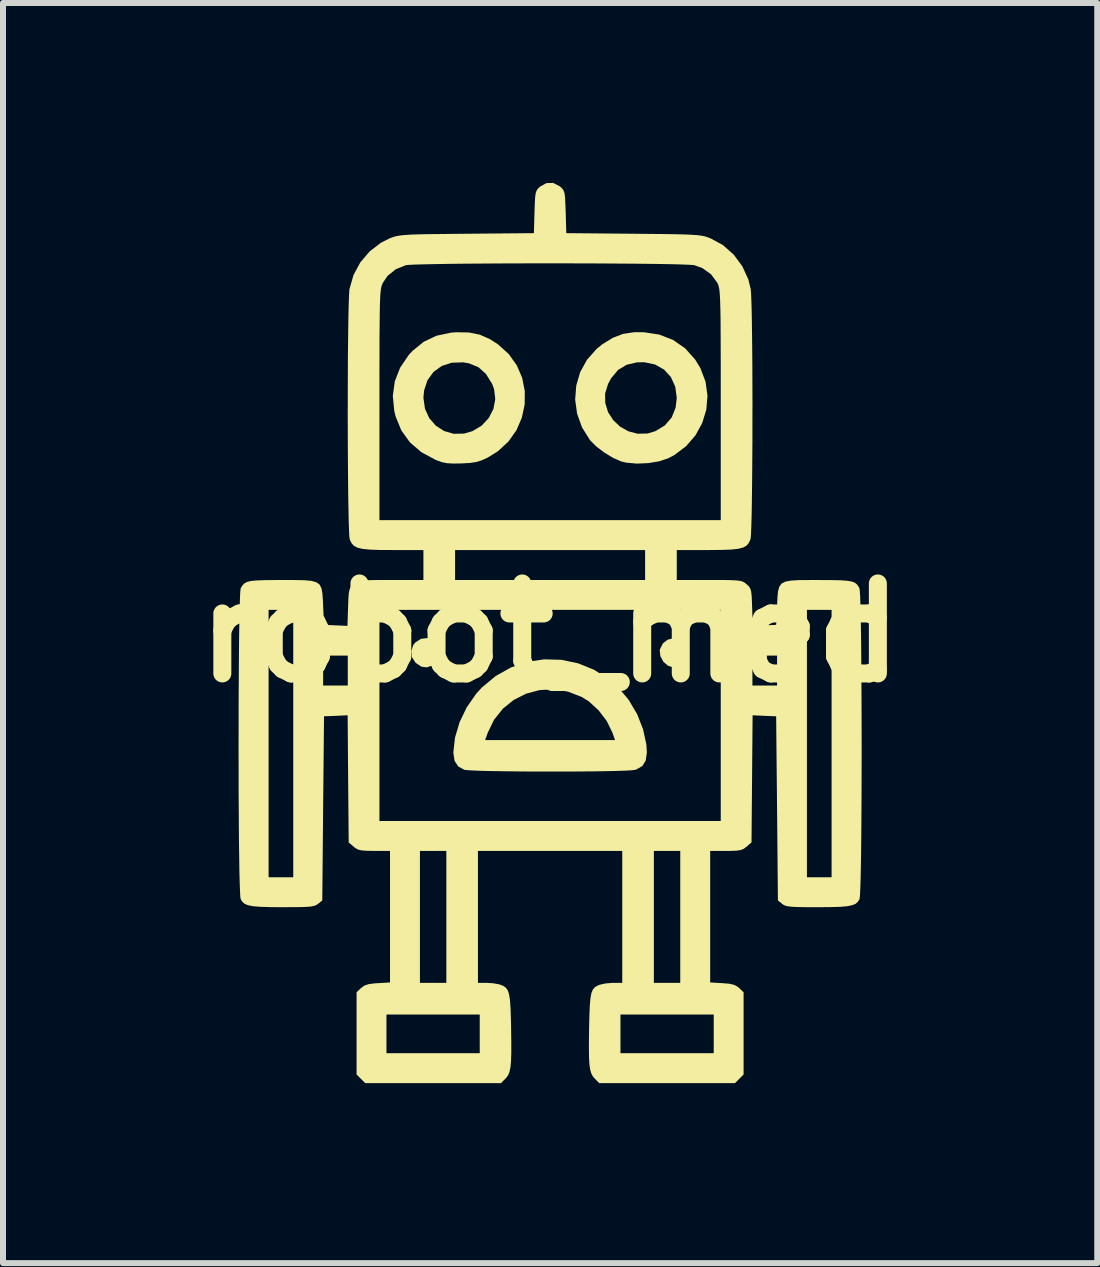
<source format=kicad_pcb>
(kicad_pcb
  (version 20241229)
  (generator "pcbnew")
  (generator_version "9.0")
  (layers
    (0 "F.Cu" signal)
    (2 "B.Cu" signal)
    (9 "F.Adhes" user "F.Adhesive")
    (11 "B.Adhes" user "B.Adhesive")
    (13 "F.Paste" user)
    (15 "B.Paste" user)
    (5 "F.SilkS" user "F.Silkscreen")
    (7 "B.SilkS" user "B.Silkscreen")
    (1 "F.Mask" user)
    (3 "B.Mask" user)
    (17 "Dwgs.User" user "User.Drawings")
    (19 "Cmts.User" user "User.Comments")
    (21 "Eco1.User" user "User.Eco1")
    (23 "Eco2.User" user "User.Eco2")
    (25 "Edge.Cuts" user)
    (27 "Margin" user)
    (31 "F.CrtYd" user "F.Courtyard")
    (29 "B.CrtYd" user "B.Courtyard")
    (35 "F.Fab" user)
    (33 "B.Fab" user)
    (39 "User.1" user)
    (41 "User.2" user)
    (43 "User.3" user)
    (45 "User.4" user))
  (footprint "robot_med"
    (layer "F.Cu")
    (at 6.121 7.499)
    (property "Reference" "robot_med" (at 0 0 0) (layer "F.SilkS") (effects (font (size 1.5 1.5) (thickness 0.3))))
    (attr board_only exclude_from_pos_files exclude_from_bom)
    (fp_poly (pts (xy -1.956 0.118) (xy -1.88 0.181) (xy -1.834 0.27) (xy -1.833 0.379) (xy -1.833 0.38) (xy -1.879 0.476) (xy -1.959 0.545) (xy -2.056 0.577) (xy -2.141 0.567) (xy -2.241 0.503) (xy -2.3 0.412) (xy -2.315 0.309) (xy -2.282 0.207) (xy -2.245 0.16) (xy -2.152 0.101) (xy -2.051 0.089)) (stroke (width 0) (type solid)) (fill yes) (layer "F.SilkS"))
    (fp_poly (pts (xy 2.147 0.103) (xy 2.232 0.147) (xy 2.293 0.223) (xy 2.317 0.33) (xy 2.317 0.331) (xy 2.291 0.435) (xy 2.225 0.515) (xy 2.132 0.564) (xy 2.028 0.57) (xy 1.965 0.549) (xy 1.888 0.483) (xy 1.838 0.388) (xy 1.828 0.291) (xy 1.831 0.277) (xy 1.88 0.178) (xy 1.957 0.117) (xy 2.051 0.092)) (stroke (width 0) (type solid)) (fill yes) (layer "F.SilkS"))
    (fp_poly (pts (xy 1.564 -5.01) (xy 1.821 -4.971) (xy 2.051 -4.881) (xy 2.251 -4.742) (xy 2.417 -4.557) (xy 2.506 -4.411) (xy 2.592 -4.184) (xy 2.624 -3.95) (xy 2.604 -3.718) (xy 2.536 -3.496) (xy 2.423 -3.29) (xy 2.267 -3.11) (xy 2.071 -2.962) (xy 1.966 -2.907) (xy 1.817 -2.858) (xy 1.637 -2.828) (xy 1.449 -2.82) (xy 1.275 -2.835) (xy 1.185 -2.856) (xy 1.051 -2.915) (xy 0.906 -3.003) (xy 0.771 -3.105) (xy 0.67 -3.206) (xy 0.665 -3.211) (xy 0.532 -3.424) (xy 0.45 -3.652) (xy 0.418 -3.886) (xy 0.426 -3.988) (xy 0.917 -3.988) (xy 0.92 -3.828) (xy 0.966 -3.679) (xy 1.051 -3.546) (xy 1.166 -3.437) (xy 1.304 -3.359) (xy 1.46 -3.318) (xy 1.625 -3.322) (xy 1.753 -3.36) (xy 1.911 -3.455) (xy 2.026 -3.587) (xy 2.093 -3.753) (xy 2.112 -3.916) (xy 2.086 -4.104) (xy 2.013 -4.264) (xy 1.899 -4.388) (xy 1.75 -4.472) (xy 1.572 -4.51) (xy 1.448 -4.508) (xy 1.274 -4.467) (xy 1.133 -4.381) (xy 1.019 -4.245) (xy 0.967 -4.15) (xy 0.917 -3.988) (xy 0.426 -3.988) (xy 0.436 -4.12) (xy 0.501 -4.344) (xy 0.614 -4.55) (xy 0.773 -4.73) (xy 0.871 -4.81) (xy 1.047 -4.918) (xy 1.218 -4.983) (xy 1.406 -5.011)) (stroke (width 0) (type solid)) (fill yes) (layer "F.SilkS"))
    (fp_poly (pts (xy 0.185 0.451) (xy 0.465 0.509) (xy 0.732 0.617) (xy 0.981 0.775) (xy 1.139 0.914) (xy 1.311 1.12) (xy 1.451 1.357) (xy 1.55 1.609) (xy 1.605 1.863) (xy 1.613 1.995) (xy 1.595 2.129) (xy 1.538 2.222) (xy 1.438 2.279) (xy 1.414 2.286) (xy 1.36 2.293) (xy 1.255 2.299) (xy 1.106 2.304) (xy 0.921 2.308) (xy 0.707 2.311) (xy 0.471 2.313) (xy 0.221 2.314) (xy -0.035 2.314) (xy -0.29 2.314) (xy -0.537 2.312) (xy -0.769 2.309) (xy -0.977 2.306) (xy -1.155 2.302) (xy -1.296 2.296) (xy -1.39 2.29) (xy -1.429 2.285) (xy -1.531 2.23) (xy -1.592 2.137) (xy -1.613 2.001) (xy -1.613 1.995) (xy -1.59 1.789) (xy -1.083 1.789) (xy 0 1.789) (xy 1.083 1.789) (xy 1.04 1.668) (xy 0.946 1.474) (xy 0.81 1.295) (xy 0.648 1.146) (xy 0.528 1.071) (xy 0.296 0.981) (xy 0.058 0.943) (xy -0.177 0.956) (xy -0.401 1.016) (xy -0.608 1.121) (xy -0.788 1.267) (xy -0.935 1.451) (xy -1.04 1.668) (xy -1.083 1.789) (xy -1.59 1.789) (xy -1.585 1.746) (xy -1.509 1.491) (xy -1.39 1.244) (xy -1.235 1.02) (xy -1.139 0.914) (xy -0.907 0.721) (xy -0.651 0.578) (xy -0.38 0.485) (xy -0.098 0.443)) (stroke (width 0) (type solid)) (fill yes) (layer "F.SilkS"))
    (fp_poly (pts (xy -1.352 -5.006) (xy -1.171 -4.969) (xy -1 -4.893) (xy -0.871 -4.81) (xy -0.689 -4.646) (xy -0.554 -4.456) (xy -0.465 -4.248) (xy -0.422 -4.028) (xy -0.424 -3.805) (xy -0.471 -3.585) (xy -0.561 -3.377) (xy -0.694 -3.188) (xy -0.87 -3.026) (xy -1.042 -2.919) (xy -1.139 -2.875) (xy -1.229 -2.847) (xy -1.334 -2.831) (xy -1.475 -2.823) (xy -1.479 -2.823) (xy -1.619 -2.821) (xy -1.722 -2.827) (xy -1.808 -2.845) (xy -1.898 -2.878) (xy -1.91 -2.883) (xy -2.146 -3.01) (xy -2.336 -3.173) (xy -2.479 -3.371) (xy -2.575 -3.604) (xy -2.598 -3.699) (xy -2.619 -3.916) (xy -2.112 -3.916) (xy -2.086 -3.734) (xy -2.014 -3.577) (xy -1.905 -3.452) (xy -1.767 -3.363) (xy -1.608 -3.317) (xy -1.436 -3.32) (xy -1.297 -3.36) (xy -1.141 -3.453) (xy -1.023 -3.58) (xy -0.945 -3.731) (xy -0.914 -3.895) (xy -0.934 -4.062) (xy -0.967 -4.15) (xy -1.069 -4.314) (xy -1.195 -4.427) (xy -1.35 -4.491) (xy -1.448 -4.508) (xy -1.64 -4.502) (xy -1.808 -4.447) (xy -1.945 -4.347) (xy -2.045 -4.209) (xy -2.101 -4.038) (xy -2.112 -3.916) (xy -2.619 -3.916) (xy -2.622 -3.95) (xy -2.589 -4.192) (xy -2.5 -4.42) (xy -2.356 -4.632) (xy -2.295 -4.698) (xy -2.11 -4.849) (xy -1.897 -4.951) (xy -1.653 -5.003) (xy -1.564 -5.01)) (stroke (width 0) (type solid)) (fill yes) (layer "F.SilkS"))
    (fp_poly (pts (xy 0.159 -7.444) (xy 0.167 -7.438) (xy 0.202 -7.406) (xy 0.225 -7.372) (xy 0.241 -7.325) (xy 0.25 -7.253) (xy 0.255 -7.144) (xy 0.26 -7.014) (xy 0.27 -6.662) (xy 1.389 -6.652) (xy 1.675 -6.649) (xy 1.909 -6.647) (xy 2.097 -6.644) (xy 2.246 -6.64) (xy 2.361 -6.635) (xy 2.449 -6.629) (xy 2.517 -6.621) (xy 2.57 -6.611) (xy 2.615 -6.598) (xy 2.659 -6.581) (xy 2.676 -6.575) (xy 2.883 -6.462) (xy 3.062 -6.303) (xy 3.205 -6.109) (xy 3.305 -5.891) (xy 3.344 -5.732) (xy 3.35 -5.666) (xy 3.355 -5.549) (xy 3.36 -5.387) (xy 3.364 -5.187) (xy 3.367 -4.954) (xy 3.37 -4.694) (xy 3.372 -4.413) (xy 3.373 -4.117) (xy 3.374 -3.812) (xy 3.373 -3.503) (xy 3.373 -3.198) (xy 3.371 -2.902) (xy 3.369 -2.62) (xy 3.366 -2.359) (xy 3.363 -2.124) (xy 3.359 -1.922) (xy 3.354 -1.758) (xy 3.349 -1.639) (xy 3.343 -1.57) (xy 3.34 -1.558) (xy 3.314 -1.499) (xy 3.277 -1.454) (xy 3.222 -1.422) (xy 3.139 -1.4) (xy 3.023 -1.387) (xy 2.865 -1.381) (xy 2.656 -1.379) (xy 2.627 -1.379) (xy 2.112 -1.379) (xy 2.112 -1.129) (xy 2.112 -0.88) (xy 2.653 -0.88) (xy 2.844 -0.88) (xy 2.985 -0.878) (xy 3.086 -0.874) (xy 3.155 -0.867) (xy 3.203 -0.856) (xy 3.237 -0.84) (xy 3.267 -0.817) (xy 3.276 -0.809) (xy 3.313 -0.775) (xy 3.337 -0.738) (xy 3.352 -0.687) (xy 3.361 -0.608) (xy 3.366 -0.488) (xy 3.368 -0.427) (xy 3.378 -0.115) (xy 3.574 -0.123) (xy 3.769 -0.132) (xy 3.784 -0.45) (xy 3.79 -0.587) (xy 3.8 -0.691) (xy 3.821 -0.767) (xy 3.86 -0.82) (xy 3.924 -0.853) (xy 4.02 -0.87) (xy 4.157 -0.878) (xy 4.34 -0.879) (xy 4.483 -0.879) (xy 4.687 -0.878) (xy 4.84 -0.875) (xy 4.951 -0.867) (xy 5.029 -0.854) (xy 5.082 -0.834) (xy 5.118 -0.804) (xy 5.146 -0.763) (xy 5.157 -0.743) (xy 5.163 -0.702) (xy 5.169 -0.608) (xy 5.174 -0.466) (xy 5.178 -0.281) (xy 5.182 -0.059) (xy 5.186 0.197) (xy 5.188 0.479) (xy 5.19 0.784) (xy 5.192 1.105) (xy 5.193 1.438) (xy 5.194 1.777) (xy 5.194 2.117) (xy 5.193 2.453) (xy 5.192 2.78) (xy 5.19 3.092) (xy 5.188 3.385) (xy 5.185 3.652) (xy 5.181 3.889) (xy 5.177 4.09) (xy 5.172 4.251) (xy 5.167 4.366) (xy 5.161 4.429) (xy 5.159 4.439) (xy 5.132 4.484) (xy 5.093 4.519) (xy 5.035 4.543) (xy 4.949 4.56) (xy 4.828 4.57) (xy 4.663 4.574) (xy 4.46 4.576) (xy 4.27 4.575) (xy 4.13 4.573) (xy 4.03 4.568) (xy 3.961 4.56) (xy 3.915 4.548) (xy 3.882 4.53) (xy 3.868 4.519) (xy 3.798 4.463) (xy 3.784 2.928) (xy 3.773 1.848) (xy 4.282 1.848) (xy 4.282 4.077) (xy 4.488 4.077) (xy 4.693 4.077) (xy 4.693 1.848) (xy 4.693 -0.381) (xy 4.488 -0.381) (xy 4.282 -0.381) (xy 4.282 1.848) (xy 3.773 1.848) (xy 3.769 1.393) (xy 3.572 1.385) (xy 3.376 1.376) (xy 3.367 2.436) (xy 3.358 3.495) (xy 3.276 3.566) (xy 3.23 3.601) (xy 3.18 3.622) (xy 3.11 3.633) (xy 3.004 3.637) (xy 2.931 3.637) (xy 2.669 3.637) (xy 2.669 4.734) (xy 2.669 5.83) (xy 2.873 5.842) (xy 2.993 5.852) (xy 3.073 5.872) (xy 3.131 5.905) (xy 3.152 5.923) (xy 3.226 5.994) (xy 3.226 6.679) (xy 3.226 7.365) (xy 3.154 7.437) (xy 3.082 7.509) (xy 1.95 7.509) (xy 0.819 7.509) (xy 0.749 7.438) (xy 0.714 7.398) (xy 0.688 7.35) (xy 0.669 7.287) (xy 0.656 7.2) (xy 0.649 7.082) (xy 0.647 6.925) (xy 0.648 6.722) (xy 0.649 6.687) (xy 1.173 6.687) (xy 1.173 7.01) (xy 1.95 7.01) (xy 2.728 7.01) (xy 2.728 6.687) (xy 2.728 6.365) (xy 1.95 6.365) (xy 1.173 6.365) (xy 1.173 6.687) (xy 0.649 6.687) (xy 0.65 6.597) (xy 0.655 6.381) (xy 0.662 6.215) (xy 0.673 6.092) (xy 0.689 6.006) (xy 0.714 5.946) (xy 0.749 5.907) (xy 0.796 5.881) (xy 0.832 5.867) (xy 0.915 5.848) (xy 1.021 5.838) (xy 1.06 5.837) (xy 1.203 5.837) (xy 1.203 4.737) (xy 1.73 4.737) (xy 1.73 5.837) (xy 1.95 5.837) (xy 2.17 5.837) (xy 2.17 4.737) (xy 2.17 3.637) (xy 1.95 3.637) (xy 1.73 3.637) (xy 1.73 4.737) (xy 1.203 4.737) (xy 1.203 3.637) (xy 0 3.637) (xy -1.203 3.637) (xy -1.203 4.737) (xy -1.203 5.837) (xy -1.06 5.837) (xy -0.955 5.843) (xy -0.859 5.859) (xy -0.832 5.867) (xy -0.777 5.889) (xy -0.735 5.92) (xy -0.704 5.965) (xy -0.683 6.033) (xy -0.668 6.132) (xy -0.659 6.269) (xy -0.653 6.452) (xy -0.65 6.597) (xy -0.647 6.828) (xy -0.647 7.007) (xy -0.652 7.144) (xy -0.661 7.246) (xy -0.677 7.32) (xy -0.699 7.375) (xy -0.73 7.418) (xy -0.749 7.438) (xy -0.819 7.509) (xy -1.95 7.509) (xy -3.082 7.509) (xy -3.154 7.437) (xy -3.226 7.365) (xy -3.226 6.687) (xy -2.728 6.687) (xy -2.728 7.01) (xy -1.95 7.01) (xy -1.173 7.01) (xy -1.173 6.687) (xy -1.173 6.365) (xy -1.95 6.365) (xy -2.728 6.365) (xy -2.728 6.687) (xy -3.226 6.687) (xy -3.226 6.679) (xy -3.226 5.994) (xy -3.152 5.923) (xy -3.097 5.883) (xy -3.028 5.859) (xy -2.925 5.845) (xy -2.873 5.842) (xy -2.669 5.83) (xy -2.669 4.737) (xy -2.17 4.737) (xy -2.17 5.837) (xy -1.95 5.837) (xy -1.73 5.837) (xy -1.73 4.737) (xy -1.73 3.637) (xy -1.95 3.637) (xy -2.17 3.637) (xy -2.17 4.737) (xy -2.669 4.737) (xy -2.669 4.734) (xy -2.669 3.637) (xy -2.931 3.637) (xy -3.061 3.635) (xy -3.147 3.628) (xy -3.206 3.613) (xy -3.252 3.586) (xy -3.276 3.566) (xy -3.358 3.495) (xy -3.367 2.436) (xy -3.375 1.379) (xy -2.845 1.379) (xy -2.845 3.138) (xy 0 3.138) (xy 2.845 3.138) (xy 2.845 1.379) (xy 2.845 0.631) (xy 3.373 0.631) (xy 3.373 0.88) (xy 3.578 0.88) (xy 3.784 0.88) (xy 3.784 0.631) (xy 3.784 0.381) (xy 3.578 0.381) (xy 3.373 0.381) (xy 3.373 0.631) (xy 2.845 0.631) (xy 2.845 -0.381) (xy 0 -0.381) (xy -2.845 -0.381) (xy -2.845 1.379) (xy -3.375 1.379) (xy -3.375 1.376) (xy -3.572 1.385) (xy -3.769 1.393) (xy -3.784 2.928) (xy -3.798 4.463) (xy -3.868 4.519) (xy -3.898 4.54) (xy -3.936 4.554) (xy -3.993 4.565) (xy -4.076 4.571) (xy -4.195 4.574) (xy -4.359 4.575) (xy -4.46 4.576) (xy -4.673 4.574) (xy -4.835 4.569) (xy -4.954 4.559) (xy -5.039 4.542) (xy -5.096 4.517) (xy -5.134 4.482) (xy -5.159 4.439) (xy -5.165 4.397) (xy -5.17 4.301) (xy -5.175 4.157) (xy -5.18 3.971) (xy -5.183 3.747) (xy -5.187 3.491) (xy -5.189 3.208) (xy -5.191 2.902) (xy -5.193 2.581) (xy -5.193 2.248) (xy -5.194 1.908) (xy -5.194 1.848) (xy -4.693 1.848) (xy -4.693 4.077) (xy -4.488 4.077) (xy -4.282 4.077) (xy -4.282 1.848) (xy -4.282 0.631) (xy -3.784 0.631) (xy -3.784 0.88) (xy -3.578 0.88) (xy -3.373 0.88) (xy -3.373 0.631) (xy -3.373 0.381) (xy -3.578 0.381) (xy -3.784 0.381) (xy -3.784 0.631) (xy -4.282 0.631) (xy -4.282 -0.381) (xy -4.488 -0.381) (xy -4.693 -0.381) (xy -4.693 1.848) (xy -5.194 1.848) (xy -5.193 1.568) (xy -5.193 1.232) (xy -5.191 0.906) (xy -5.189 0.594) (xy -5.187 0.303) (xy -5.184 0.036) (xy -5.18 -0.2) (xy -5.176 -0.4) (xy -5.171 -0.559) (xy -5.166 -0.672) (xy -5.16 -0.734) (xy -5.157 -0.743) (xy -5.13 -0.788) (xy -5.098 -0.822) (xy -5.053 -0.847) (xy -4.987 -0.863) (xy -4.891 -0.872) (xy -4.756 -0.877) (xy -4.575 -0.879) (xy -4.483 -0.879) (xy -4.267 -0.879) (xy -4.102 -0.876) (xy -3.981 -0.865) (xy -3.897 -0.842) (xy -3.843 -0.803) (xy -3.812 -0.743) (xy -3.796 -0.657) (xy -3.788 -0.541) (xy -3.784 -0.45) (xy -3.769 -0.132) (xy -3.574 -0.123) (xy -3.378 -0.115) (xy -3.368 -0.427) (xy -3.363 -0.566) (xy -3.356 -0.66) (xy -3.344 -0.72) (xy -3.324 -0.761) (xy -3.292 -0.795) (xy -3.276 -0.809) (xy -3.245 -0.834) (xy -3.213 -0.852) (xy -3.17 -0.865) (xy -3.107 -0.873) (xy -3.015 -0.877) (xy -2.886 -0.879) (xy -2.709 -0.88) (xy -2.653 -0.88) (xy -2.112 -0.88) (xy -2.112 -1.129) (xy -1.584 -1.129) (xy -1.584 -0.88) (xy 0 -0.88) (xy 1.584 -0.88) (xy 1.584 -1.129) (xy 1.584 -1.379) (xy 0 -1.379) (xy -1.584 -1.379) (xy -1.584 -1.129) (xy -2.112 -1.129) (xy -2.112 -1.379) (xy -2.627 -1.379) (xy -2.842 -1.38) (xy -3.006 -1.386) (xy -3.127 -1.398) (xy -3.213 -1.419) (xy -3.272 -1.45) (xy -3.31 -1.493) (xy -3.338 -1.55) (xy -3.34 -1.558) (xy -3.347 -1.605) (xy -3.352 -1.704) (xy -3.357 -1.851) (xy -3.361 -2.038) (xy -3.365 -2.26) (xy -3.368 -2.511) (xy -3.37 -2.786) (xy -3.372 -3.077) (xy -3.373 -3.379) (xy -3.374 -3.687) (xy -3.373 -3.799) (xy -2.845 -3.799) (xy -2.845 -1.877) (xy 0 -1.877) (xy 2.845 -1.877) (xy 2.845 -3.799) (xy 2.845 -4.183) (xy 2.845 -4.512) (xy 2.844 -4.791) (xy 2.843 -5.025) (xy 2.842 -5.218) (xy 2.839 -5.375) (xy 2.836 -5.499) (xy 2.832 -5.596) (xy 2.827 -5.67) (xy 2.821 -5.725) (xy 2.813 -5.766) (xy 2.804 -5.797) (xy 2.793 -5.823) (xy 2.787 -5.836) (xy 2.683 -5.976) (xy 2.54 -6.079) (xy 2.404 -6.128) (xy 2.35 -6.133) (xy 2.243 -6.138) (xy 2.088 -6.143) (xy 1.892 -6.147) (xy 1.659 -6.15) (xy 1.396 -6.153) (xy 1.108 -6.155) (xy 0.8 -6.157) (xy 0.479 -6.158) (xy 0.149 -6.159) (xy -0.183 -6.159) (xy -0.512 -6.158) (xy -0.832 -6.157) (xy -1.138 -6.155) (xy -1.424 -6.153) (xy -1.684 -6.15) (xy -1.914 -6.146) (xy -2.106 -6.142) (xy -2.256 -6.138) (xy -2.358 -6.133) (xy -2.404 -6.128) (xy -2.572 -6.061) (xy -2.708 -5.951) (xy -2.787 -5.836) (xy -2.798 -5.812) (xy -2.808 -5.784) (xy -2.817 -5.749) (xy -2.824 -5.703) (xy -2.83 -5.64) (xy -2.834 -5.556) (xy -2.838 -5.448) (xy -2.84 -5.31) (xy -2.842 -5.137) (xy -2.844 -4.927) (xy -2.844 -4.673) (xy -2.845 -4.373) (xy -2.845 -4.02) (xy -2.845 -3.799) (xy -3.373 -3.799) (xy -3.373 -3.994) (xy -3.372 -4.294) (xy -3.371 -4.582) (xy -3.368 -4.851) (xy -3.365 -5.096) (xy -3.362 -5.31) (xy -3.357 -5.489) (xy -3.352 -5.624) (xy -3.347 -5.712) (xy -3.344 -5.732) (xy -3.278 -5.963) (xy -3.164 -6.175) (xy -3.008 -6.358) (xy -2.819 -6.503) (xy -2.676 -6.575) (xy -2.631 -6.592) (xy -2.587 -6.606) (xy -2.538 -6.617) (xy -2.476 -6.626) (xy -2.396 -6.633) (xy -2.292 -6.639) (xy -2.157 -6.643) (xy -1.984 -6.646) (xy -1.768 -6.648) (xy -1.502 -6.651) (xy -1.389 -6.652) (xy -0.27 -6.662) (xy -0.26 -7.014) (xy -0.255 -7.164) (xy -0.249 -7.266) (xy -0.239 -7.333) (xy -0.222 -7.378) (xy -0.197 -7.41) (xy -0.167 -7.438) (xy -0.06 -7.497) (xy 0.052 -7.499)) (stroke (width 0) (type solid)) (fill yes) (layer "F.SilkS")))
  (gr_rect
    (start -3 -3)
    (end 15.243 18.008)
    (stroke (width 0.1) (type default))
    (fill no)
    (layer "Edge.Cuts")))
</source>
